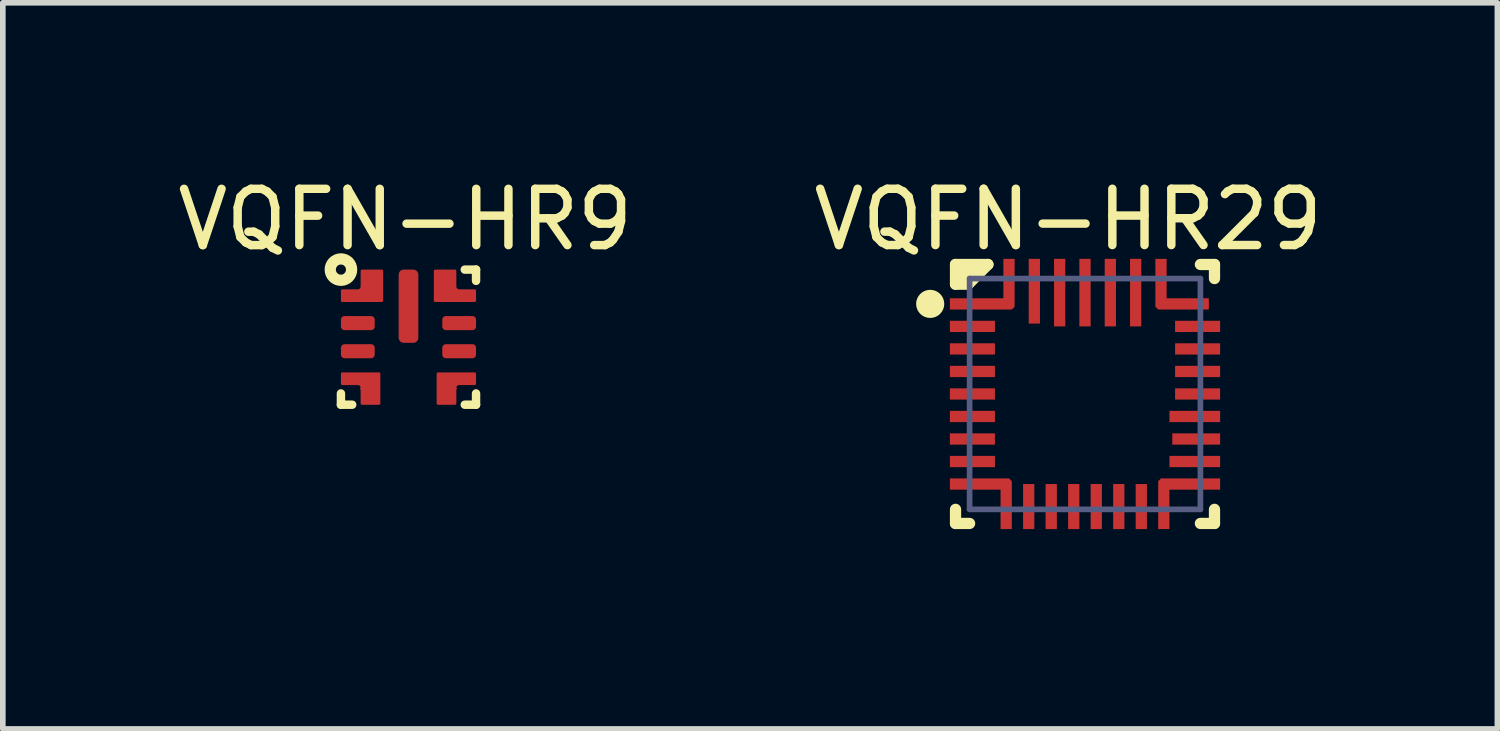
<source format=kicad_pcb>
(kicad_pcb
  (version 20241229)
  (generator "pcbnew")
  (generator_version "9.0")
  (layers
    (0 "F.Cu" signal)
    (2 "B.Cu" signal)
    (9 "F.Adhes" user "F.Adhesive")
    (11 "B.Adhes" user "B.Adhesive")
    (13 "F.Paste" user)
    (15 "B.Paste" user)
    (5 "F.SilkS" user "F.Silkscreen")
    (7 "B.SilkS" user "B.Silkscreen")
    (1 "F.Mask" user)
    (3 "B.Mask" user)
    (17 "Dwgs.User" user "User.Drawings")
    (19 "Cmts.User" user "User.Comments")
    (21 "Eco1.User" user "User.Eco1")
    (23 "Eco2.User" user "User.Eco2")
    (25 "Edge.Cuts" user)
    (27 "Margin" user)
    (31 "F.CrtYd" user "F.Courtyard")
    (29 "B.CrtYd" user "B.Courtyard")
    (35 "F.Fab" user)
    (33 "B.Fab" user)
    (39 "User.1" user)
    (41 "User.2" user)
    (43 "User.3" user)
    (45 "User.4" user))
  (footprint "VQFN-HR29"
    (layer "F.Cu")
    (at 16.223 3.948)
    (property "Reference" "VQFN-HR29" (at -0.3 -3.1 0) (layer "F.SilkS") (effects (font (size 1 1) (thickness 0.15))))
    (fp_line (start -2.3 -2.3) (end -1.725 -2.3) (stroke (width 0.2) (type solid)) (layer "F.SilkS"))
    (fp_line (start -2.3 -1.95) (end -2.3 -2.3) (stroke (width 0.2) (type solid)) (layer "F.SilkS"))
    (fp_line (start -2.3 -1.95) (end -2.075 -1.95) (stroke (width 0.2) (type solid)) (layer "F.SilkS"))
    (fp_line (start -2.3 2.3) (end -2.3 2.05) (stroke (width 0.2) (type solid)) (layer "F.SilkS"))
    (fp_line (start -2.3 2.3) (end -2.05 2.3) (stroke (width 0.2) (type solid)) (layer "F.SilkS"))
    (fp_line (start -2.075 -1.95) (end -1.725 -2.3) (stroke (width 0.2) (type solid)) (layer "F.SilkS"))
    (fp_line (start 2.05 -2.3) (end 2.3 -2.3) (stroke (width 0.2) (type solid)) (layer "F.SilkS"))
    (fp_line (start 2.05 2.3) (end 2.3 2.3) (stroke (width 0.2) (type solid)) (layer "F.SilkS"))
    (fp_line (start 2.3 -2.05) (end 2.3 -2.3) (stroke (width 0.2) (type solid)) (layer "F.SilkS"))
    (fp_line (start 2.3 2.3) (end 2.3 2.05) (stroke (width 0.2) (type solid)) (layer "F.SilkS"))
    (fp_circle (center -2.75 -1.6) (end -2.75 -1.725) (stroke (width 0.25) (type solid)) (fill no) (layer "F.SilkS"))
    (fp_poly (pts (xy -2.3 -2.3) (xy -1.725 -2.3) (xy -2.075 -1.95) (xy -2.3 -1.95)) (stroke (width 0) (type default)) (fill yes) (layer "F.SilkS"))
    (fp_line (start -2.9 -2.9) (end 2.9 -2.9) (stroke (width 0.1) (type solid)) (layer "Eco2.User"))
    (fp_line (start -2.9 2.9) (end -2.9 -2.9) (stroke (width 0.1) (type solid)) (layer "Eco2.User"))
    (fp_line (start -2.9 2.9) (end 2.9 2.9) (stroke (width 0.1) (type solid)) (layer "Eco2.User"))
    (fp_line (start 2.9 2.9) (end 2.9 -2.9) (stroke (width 0.1) (type solid)) (layer "Eco2.User"))
    (fp_circle (center 0 0) (end 0 -0.071) (stroke (width 0.4) (type solid)) (fill no) (layer "Eco2.User"))
    (fp_line (start -2.05 -2.05) (end 2.05 -2.05) (stroke (width 0.1) (type solid)) (layer "B.Fab"))
    (fp_line (start -2.05 2.05) (end -2.05 -2.05) (stroke (width 0.1) (type solid)) (layer "B.Fab"))
    (fp_line (start -2.05 2.05) (end 2.05 2.05) (stroke (width 0.1) (type solid)) (layer "B.Fab"))
    (fp_line (start 2.05 2.05) (end 2.05 -2.05) (stroke (width 0.1) (type solid)) (layer "B.Fab"))
    (pad "1" smd custom (at -2.4 -1.5) (size 0.000001 0.000001) (layers "F.Cu" "F.Mask") (options (anchor circle)) (primitives (gr_poly (pts (xy 0 0) (xy 0 -0.2) (xy 0.95 -0.2) (xy 0.95 -0.9) (xy 1.15 -0.9) (xy 1.15 -0.05) (xy 1.1 0)) (width 0) (fill yes))))
    (pad "1" smd circle (at -1.369 -1.631) (size 0.192 0.192) (layers "F.Cu" "F.Mask" "F.Paste"))
    (pad "2" smd rect (at -2 -1.2) (size 0.8 0.2) (layers "F.Cu" "F.Mask" "F.Paste"))
    (pad "3" smd rect (at -2 -0.8) (size 0.8 0.2) (layers "F.Cu" "F.Mask" "F.Paste"))
    (pad "4" smd rect (at -2 -0.4) (size 0.8 0.2) (layers "F.Cu" "F.Mask" "F.Paste"))
    (pad "5" smd rect (at -2 0) (size 0.8 0.2) (layers "F.Cu" "F.Mask" "F.Paste"))
    (pad "6" smd rect (at -2 0.4) (size 0.8 0.2) (layers "F.Cu" "F.Mask" "F.Paste"))
    (pad "7" smd rect (at -2 0.8) (size 0.8 0.2) (layers "F.Cu" "F.Mask" "F.Paste"))
    (pad "8" smd rect (at -2 1.2) (size 0.8 0.2) (layers "F.Cu" "F.Mask" "F.Paste"))
    (pad "9" smd custom (at -2.4 1.5) (size 0.000001 0.000001) (layers "F.Cu" "F.Mask") (options (anchor circle)) (primitives (gr_poly (pts (xy 0 0) (xy 0 0.2) (xy 0.9 0.2) (xy 0.9 0.9) (xy 1.1 0.9) (xy 1.1 0.05) (xy 1.05 0)) (width 0) (fill yes))))
    (pad "9" smd circle (at -1.413 1.762) (size 0.158 0.158) (layers "F.Cu" "F.Mask" "F.Paste"))
    (pad "10" smd rect (at -1 2 90) (size 0.8 0.2) (layers "F.Cu" "F.Mask" "F.Paste"))
    (pad "11" smd rect (at -0.6 2 90) (size 0.8 0.2) (layers "F.Cu" "F.Mask" "F.Paste"))
    (pad "12" smd rect (at -0.2 2 90) (size 0.8 0.2) (layers "F.Cu" "F.Mask" "F.Paste"))
    (pad "13" smd rect (at 0.2 2 90) (size 0.8 0.2) (layers "F.Cu" "F.Mask" "F.Paste"))
    (pad "14" smd rect (at 0.6 2 90) (size 0.8 0.2) (layers "F.Cu" "F.Mask" "F.Paste"))
    (pad "15" smd rect (at 1 2 90) (size 0.8 0.2) (layers "F.Cu" "F.Mask" "F.Paste"))
    (pad "16" smd circle (at 1.431 1.631) (size 0.175 0.175) (layers "F.Cu" "F.Mask" "F.Paste"))
    (pad "16" smd custom (at 2.4 1.5) (size 0.000001 0.000001) (layers "F.Cu" "F.Mask") (options (anchor circle)) (primitives (gr_poly (pts (xy 0 0) (xy 0 0.2) (xy -0.9 0.2) (xy -0.9 0.9) (xy -1.1 0.9) (xy -1.1 0.05) (xy -1.05 -0.00001)) (width 0) (fill yes))))
    (pad "17" smd rect (at 1.95 1.2) (size 0.9 0.2) (layers "F.Cu" "F.Mask" "F.Paste"))
    (pad "18" smd rect (at 1.975 0.8) (size 0.85 0.2) (layers "F.Cu" "F.Mask" "F.Paste"))
    (pad "19" smd rect (at 1.95 0.4) (size 0.9 0.2) (layers "F.Cu" "F.Mask" "F.Paste"))
    (pad "20" smd rect (at 2 0) (size 0.8 0.2) (layers "F.Cu" "F.Mask" "F.Paste"))
    (pad "21" smd rect (at 2 -0.4) (size 0.8 0.2) (layers "F.Cu" "F.Mask" "F.Paste"))
    (pad "22" smd rect (at 2 -0.8) (size 0.8 0.2) (layers "F.Cu" "F.Mask" "F.Paste"))
    (pad "23" smd rect (at 2 -1.2) (size 0.8 0.2) (layers "F.Cu" "F.Mask" "F.Paste"))
    (pad "24" smd circle (at 1.381 -1.631) (size 0.175 0.175) (layers "F.Cu" "F.Mask" "F.Paste"))
    (pad "24" smd custom (at 2.2 -1.5) (size 0.000001 0.000001) (layers "F.Cu" "F.Mask") (options (anchor circle)) (primitives (gr_poly (pts (xy 0 0) (xy 0 -0.2) (xy -0.75 -0.2) (xy -0.75 -0.9) (xy -0.95 -0.9) (xy -0.95 -0.05) (xy -0.9 0)) (width 0) (fill yes))))
    (pad "25" smd rect (at 0.9 -1.8) (size 0.2 1.2) (layers "F.Cu" "F.Mask" "F.Paste"))
    (pad "26" smd rect (at 0.45 -1.8) (size 0.2 1.2) (layers "F.Cu" "F.Mask" "F.Paste"))
    (pad "27" smd rect (at 0 -1.8) (size 0.2 1.2) (layers "F.Cu" "F.Mask" "F.Paste"))
    (pad "28" smd rect (at -0.45 -1.8) (size 0.2 1.2) (layers "F.Cu" "F.Mask" "F.Paste"))
    (pad "29" smd rect (at -0.9 -1.825) (size 0.2 1.15) (layers "F.Cu" "F.Mask" "F.Paste")))
  (footprint "VQFN-HR9"
    (layer "F.Cu")
    (at 4.206 2.939)
    (property "Reference" "VQFN-HR9" (at -0.058 -2.09 0) (layer "F.SilkS") (effects (font (size 1 1) (thickness 0.15))))
    (fp_line (start -1.2 1.2) (end -1.2 1) (stroke (width 0.15) (type solid)) (layer "F.SilkS"))
    (fp_line (start -1.2 1.2) (end -1 1.2) (stroke (width 0.15) (type solid)) (layer "F.SilkS"))
    (fp_line (start 1 -1.2) (end 1.2 -1.2) (stroke (width 0.15) (type solid)) (layer "F.SilkS"))
    (fp_line (start 1 1.2) (end 1.2 1.2) (stroke (width 0.15) (type solid)) (layer "F.SilkS"))
    (fp_line (start 1.2 -1) (end 1.2 -1.2) (stroke (width 0.15) (type solid)) (layer "F.SilkS"))
    (fp_line (start 1.2 1.2) (end 1.2 1) (stroke (width 0.15) (type solid)) (layer "F.SilkS"))
    (fp_circle (center -1.2 -1.2) (end -1.2 -1.29) (stroke (width 0.2) (type solid)) (fill no) (layer "F.SilkS"))
    (fp_line (start -1.4 -1.4) (end 1.4 -1.4) (stroke (width 0.1) (type solid)) (layer "Eco2.User"))
    (fp_line (start -1.4 1.4) (end -1.4 -1.4) (stroke (width 0.1) (type solid)) (layer "Eco2.User"))
    (fp_line (start -1.4 1.4) (end 1.4 1.4) (stroke (width 0.1) (type solid)) (layer "Eco2.User"))
    (fp_line (start -0.3 0) (end 0.3 0) (stroke (width 0.1) (type solid)) (layer "Eco2.User"))
    (fp_line (start 0 0.3) (end 0 -0.3) (stroke (width 0.1) (type solid)) (layer "Eco2.User"))
    (fp_line (start 1.4 1.4) (end 1.4 -1.4) (stroke (width 0.1) (type solid)) (layer "Eco2.User"))
    (pad "1" smd custom (at -1.175 -0.625) (size 0.000001 0.000001) (layers "F.Cu" "F.Mask" "F.Paste") (options (anchor circle)) (primitives (gr_poly (pts (xy 0 0) (xy -0.005 0.00001) (xy -0.014 -0.004) (xy -0.021 -0.011) (xy -0.025 -0.02) (xy -0.025 -0.025) (xy -0.025 -0.025) (xy -0.025 -0.2) (xy -0.025 -0.205) (xy -0.021 -0.214) (xy -0.014 -0.221) (xy -0.005 -0.225) (xy -0.00009 -0.225) (xy 0 -0.225) (xy 0.275 -0.225) (xy 0.285 -0.226) (xy 0.303 -0.233) (xy 0.317 -0.247) (xy 0.324 -0.265) (xy 0.325 -0.275) (xy 0.325 -0.275) (xy 0.325 -0.55) (xy 0.325 -0.555) (xy 0.329 -0.564) (xy 0.336 -0.571) (xy 0.345 -0.575) (xy 0.35 -0.575) (xy 0.35 -0.575) (xy 0.7 -0.575) (xy 0.705 -0.575) (xy 0.714 -0.571) (xy 0.721 -0.564) (xy 0.725 -0.555) (xy 0.725 -0.55) (xy 0.725 -0.025) (xy 0.725 -0.02) (xy 0.721 -0.011) (xy 0.714 -0.004) (xy 0.705 0) (xy 0.7 -0.00001) (xy 0.7 0)) (width 0) (fill yes))))
    (pad "1" smd circle (at -0.825 -0.912) (size 0.025 0.025) (layers "F.Cu" "F.Mask" "F.Paste"))
    (pad "2" smd roundrect (at -0.9 -0.25 90) (size 0.25 0.6) (layers "F.Cu" "F.Mask" "F.Paste") (roundrect_rratio 0.25))
    (pad "3" smd roundrect (at -0.9 0.25 90) (size 0.25 0.6) (layers "F.Cu" "F.Mask" "F.Paste") (roundrect_rratio 0.25))
    (pad "4" smd custom (at -1.175 0.626) (size 0.000001 0.000001) (layers "F.Cu" "F.Mask" "F.Paste") (options (anchor circle)) (primitives (gr_poly (pts (xy 0 0) (xy -0.005 -0.00002) (xy -0.014 0.004) (xy -0.021 0.011) (xy -0.025 0.02) (xy -0.025 0.025) (xy -0.025 0.025) (xy -0.025 0.2) (xy -0.025 0.205) (xy -0.021 0.214) (xy -0.014 0.221) (xy -0.005 0.225) (xy -0.00007 0.225) (xy 0 0.225) (xy 0.275 0.225) (xy 0.285 0.226) (xy 0.303 0.233) (xy 0.317 0.247) (xy 0.324 0.265) (xy 0.325 0.275) (xy 0.325 0.275) (xy 0.325 0.55) (xy 0.325 0.555) (xy 0.329 0.564) (xy 0.336 0.571) (xy 0.345 0.575) (xy 0.35 0.575) (xy 0.35 0.575) (xy 0.65 0.575) (xy 0.655 0.575) (xy 0.664 0.571) (xy 0.671 0.564) (xy 0.675 0.555) (xy 0.675 0.55) (xy 0.675 0.025) (xy 0.675 0.02) (xy 0.671 0.011) (xy 0.664 0.004) (xy 0.655 -0.00001) (xy 0.65 -0.00001) (xy 0.65 -0.00001)) (width 0) (fill yes))))
    (pad "4" smd circle (at -0.85 0.913) (size 0.025 0.025) (layers "F.Cu" "F.Mask" "F.Paste"))
    (pad "5" smd circle (at 0.85 0.913 180) (size 0.025 0.025) (layers "F.Cu" "F.Mask" "F.Paste"))
    (pad "5" smd custom (at 1.175 0.626) (size 0.000001 0.000001) (layers "F.Cu" "F.Mask" "F.Paste") (options (anchor circle)) (primitives (gr_poly (pts (xy 0 0) (xy 0.005 -0.00002) (xy 0.014 0.004) (xy 0.021 0.011) (xy 0.025 0.02) (xy 0.025 0.025) (xy 0.025 0.025) (xy 0.025 0.2) (xy 0.025 0.205) (xy 0.021 0.214) (xy 0.014 0.221) (xy 0.005 0.225) (xy 0.00007 0.225) (xy 0 0.225) (xy -0.275 0.225) (xy -0.285 0.226) (xy -0.303 0.233) (xy -0.317 0.247) (xy -0.324 0.265) (xy -0.325 0.275) (xy -0.325 0.275) (xy -0.325 0.55) (xy -0.325 0.555) (xy -0.329 0.564) (xy -0.336 0.571) (xy -0.345 0.575) (xy -0.35 0.575) (xy -0.35 0.575) (xy -0.65 0.575) (xy -0.655 0.575) (xy -0.664 0.571) (xy -0.671 0.564) (xy -0.675 0.555) (xy -0.675 0.55) (xy -0.675 0.025) (xy -0.675 0.02) (xy -0.671 0.011) (xy -0.664 0.004) (xy -0.655 -0.00001) (xy -0.65 -0.00001) (xy -0.65 -0.00001)) (width 0) (fill yes))))
    (pad "6" smd roundrect (at 0.9 0.25 90) (size 0.25 0.6) (layers "F.Cu" "F.Mask" "F.Paste") (roundrect_rratio 0.25))
    (pad "7" smd roundrect (at 0.9 -0.25 90) (size 0.25 0.6) (layers "F.Cu" "F.Mask" "F.Paste") (roundrect_rratio 0.25))
    (pad "8" smd circle (at 0.825 -0.912 180) (size 0.025 0.025) (layers "F.Cu" "F.Mask" "F.Paste"))
    (pad "8" smd custom (at 1.175 -0.625) (size 0.000001 0.000001) (layers "F.Cu" "F.Mask" "F.Paste") (options (anchor circle)) (primitives (gr_poly (pts (xy 0 0) (xy 0.005 0.00001) (xy 0.014 -0.004) (xy 0.021 -0.011) (xy 0.025 -0.02) (xy 0.025 -0.025) (xy 0.025 -0.025) (xy 0.025 -0.2) (xy 0.025 -0.205) (xy 0.021 -0.214) (xy 0.014 -0.221) (xy 0.005 -0.225) (xy 0.00009 -0.225) (xy 0 -0.225) (xy -0.275 -0.225) (xy -0.285 -0.226) (xy -0.303 -0.233) (xy -0.317 -0.247) (xy -0.324 -0.265) (xy -0.325 -0.275) (xy -0.325 -0.275) (xy -0.325 -0.55) (xy -0.325 -0.555) (xy -0.329 -0.564) (xy -0.336 -0.571) (xy -0.345 -0.575) (xy -0.35 -0.575) (xy -0.35 -0.575) (xy -0.7 -0.575) (xy -0.705 -0.575) (xy -0.714 -0.571) (xy -0.721 -0.564) (xy -0.725 -0.555) (xy -0.725 -0.55) (xy -0.725 -0.025) (xy -0.725 -0.02) (xy -0.721 -0.011) (xy -0.714 -0.004) (xy -0.705 0) (xy -0.7 -0.00001) (xy -0.7 0)) (width 0) (fill yes))))
    (pad "9" smd roundrect (at 0 -0.55) (size 0.35 1.3) (layers "F.Cu" "F.Mask" "F.Paste") (roundrect_rratio 0.25)))
  (gr_rect
    (start -3 -3)
    (end 23.548 9.898)
    (stroke (width 0.1) (type default))
    (fill no)
    (layer "Edge.Cuts")))
</source>
